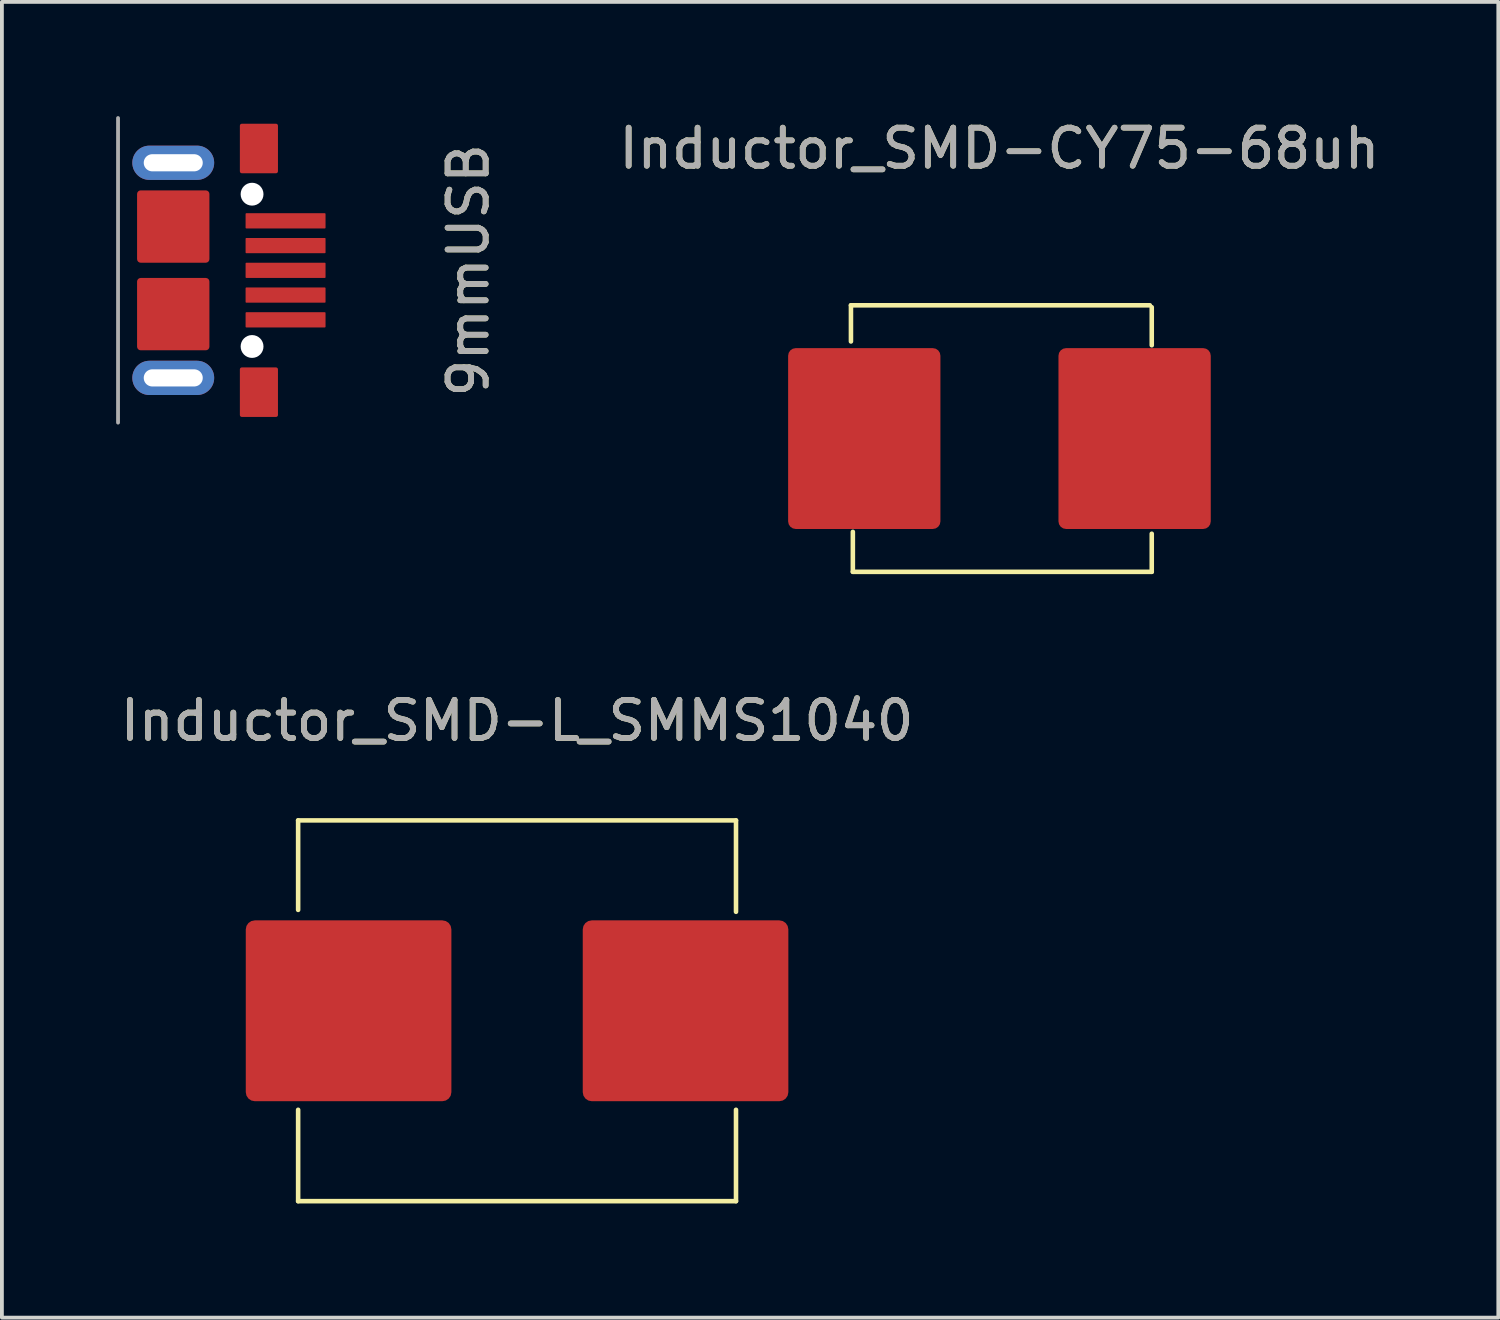
<source format=kicad_pcb>
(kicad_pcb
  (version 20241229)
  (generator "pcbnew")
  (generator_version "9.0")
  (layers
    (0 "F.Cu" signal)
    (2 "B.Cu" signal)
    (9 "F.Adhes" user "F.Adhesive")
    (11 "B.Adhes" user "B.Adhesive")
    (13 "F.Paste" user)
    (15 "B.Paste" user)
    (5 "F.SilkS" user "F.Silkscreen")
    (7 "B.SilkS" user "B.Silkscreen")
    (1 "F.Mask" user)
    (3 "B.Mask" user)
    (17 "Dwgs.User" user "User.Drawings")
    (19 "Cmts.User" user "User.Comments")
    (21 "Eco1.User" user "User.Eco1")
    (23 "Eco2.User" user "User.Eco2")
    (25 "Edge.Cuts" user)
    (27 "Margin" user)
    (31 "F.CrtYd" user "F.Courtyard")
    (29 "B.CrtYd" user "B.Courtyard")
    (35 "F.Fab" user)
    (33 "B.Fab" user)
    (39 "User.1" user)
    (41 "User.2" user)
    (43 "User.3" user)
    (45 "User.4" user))
  (footprint "9mmUSB"
    (layer "F.Cu")
    (at 4.45 4.05)
    (property "Reference" "9mmUSB" (at 4.8 0 90) (unlocked yes) (layer "F.SilkS") (effects (font (size 1 1) (thickness 0.15))))
    (attr smd)
    (fp_line (start -4.4 -4) (end -4.4 4) (stroke (width 0.1) (type solid)) (layer "F.Fab"))
    (fp_text user "${REFERENCE}" (at 4.8 0 90) (unlocked yes) (layer "F.Fab") (effects (font (size 1 1) (thickness 0.15))))
    (pad "" np_thru_hole circle (at -0.88 -2) (size 0.6 0.6) (drill 0.6) (layers "*.Cu" "*.Mask"))
    (pad "" np_thru_hole circle (at -0.88 2) (size 0.6 0.6) (drill 0.6) (layers "*.Cu" "*.Mask"))
    (pad "1" smd roundrect (at 0 -1.3) (size 2.1 0.4) (layers "F.Cu" "F.Mask" "F.Paste") (roundrect_rratio 0.05))
    (pad "2" smd roundrect (at 0 -0.65) (size 2.1 0.4) (layers "F.Cu" "F.Mask" "F.Paste") (roundrect_rratio 0.05))
    (pad "3" smd roundrect (at 0 0) (size 2.1 0.4) (layers "F.Cu" "F.Mask" "F.Paste") (roundrect_rratio 0.05))
    (pad "4" smd roundrect (at 0 0.65) (size 2.1 0.4) (layers "F.Cu" "F.Mask" "F.Paste") (roundrect_rratio 0.05))
    (pad "5" smd roundrect (at 0 1.3) (size 2.1 0.4) (layers "F.Cu" "F.Mask" "F.Paste") (roundrect_rratio 0.05))
    (pad "6" thru_hole oval (at -2.95 -2.825) (size 2.15 0.9) (drill oval 1.55 0.45) (layers "*.Cu" "*.Mask"))
    (pad "6" smd roundrect (at -2.95 -1.15) (size 1.9 1.9) (layers "F.Cu" "F.Mask" "F.Paste") (roundrect_rratio 0.05))
    (pad "6" smd roundrect (at -2.95 1.15) (size 1.9 1.9) (layers "F.Cu" "F.Mask" "F.Paste") (roundrect_rratio 0.05))
    (pad "6" thru_hole oval (at -2.95 2.825) (size 2.15 0.9) (drill oval 1.55 0.45) (layers "*.Cu" "*.Mask"))
    (pad "6" smd roundrect (at -0.7 -3.2) (size 1 1.3) (layers "F.Cu" "F.Mask" "F.Paste") (roundrect_rratio 0.05))
    (pad "6" smd roundrect (at -0.7 3.2) (size 1 1.3) (layers "F.Cu" "F.Mask" "F.Paste") (roundrect_rratio 0.05)))
  (footprint "Inductor_SMD-L_SMMS1040"
    (layer "F.Cu")
    (at 10.53 23.497)
    (property "Reference" "Inductor_SMD-L_SMMS1040" (at 0 -7.62 0) (unlocked yes) (layer "F.SilkS") (effects (font (size 1 1) (thickness 0.15))))
    (attr smd)
    (fp_line (start -5.75 -5) (end -5.75 -2.65) (stroke (width 0.12) (type solid)) (layer "F.SilkS"))
    (fp_line (start -5.75 -5) (end 5.75 -5) (stroke (width 0.12) (type solid)) (layer "F.SilkS"))
    (fp_line (start -5.75 5) (end -5.75 2.6) (stroke (width 0.12) (type solid)) (layer "F.SilkS"))
    (fp_line (start -5.75 5) (end 5.75 5) (stroke (width 0.12) (type solid)) (layer "F.SilkS"))
    (fp_line (start 5.75 -5) (end 5.75 -2.6) (stroke (width 0.12) (type solid)) (layer "F.SilkS"))
    (fp_line (start 5.75 5) (end 5.75 2.6) (stroke (width 0.12) (type solid)) (layer "F.SilkS"))
    (fp_text user "${REFERENCE}" (at 0 -7.62 0) (unlocked yes) (layer "F.Fab") (effects (font (size 1 1) (thickness 0.15))))
    (pad "1" smd roundrect (at -4.425 0 90) (size 4.75 5.4) (layers "F.Cu" "F.Mask" "F.Paste") (roundrect_rratio 0.05))
    (pad "2" smd roundrect (at 4.425 0 90) (size 4.75 5.4) (layers "F.Cu" "F.Mask" "F.Paste") (roundrect_rratio 0.05)))
  (footprint "Inductor_SMD-CY75-68uh"
    (layer "F.Cu")
    (at 23.199 8.468)
    (property "Reference" "Inductor_SMD-CY75-68uh" (at 0 -7.62 0) (unlocked yes) (layer "F.SilkS") (effects (font (size 1 1) (thickness 0.15))))
    (attr smd)
    (fp_line (start -3.9 -3.5) (end -3.9 -2.55) (stroke (width 0.12) (type solid)) (layer "F.SilkS"))
    (fp_line (start -3.9 -3.5) (end 3.95 -3.5) (stroke (width 0.12) (type solid)) (layer "F.SilkS"))
    (fp_line (start -3.85 3.5) (end -3.85 2.45) (stroke (width 0.12) (type solid)) (layer "F.SilkS"))
    (fp_line (start 4 -3.45) (end 4 -2.45) (stroke (width 0.12) (type solid)) (layer "F.SilkS"))
    (fp_line (start 4 3.5) (end -3.85 3.5) (stroke (width 0.12) (type solid)) (layer "F.SilkS"))
    (fp_line (start 4 3.5) (end 4 2.5) (stroke (width 0.12) (type solid)) (layer "F.SilkS"))
    (fp_text user "${REFERENCE}" (at 0 -7.62 0) (unlocked yes) (layer "F.Fab") (effects (font (size 1 1) (thickness 0.15))))
    (pad "1" smd roundrect (at -3.55 0 90) (size 4.75 4) (layers "F.Cu" "F.Mask" "F.Paste") (roundrect_rratio 0.05))
    (pad "2" smd roundrect (at 3.55 0 90) (size 4.75 4) (layers "F.Cu" "F.Mask" "F.Paste") (roundrect_rratio 0.05)))
  (gr_rect
    (start -3 -3)
    (end 36.301 31.556)
    (stroke (width 0.1) (type default))
    (fill no)
    (layer "Edge.Cuts")))
</source>
